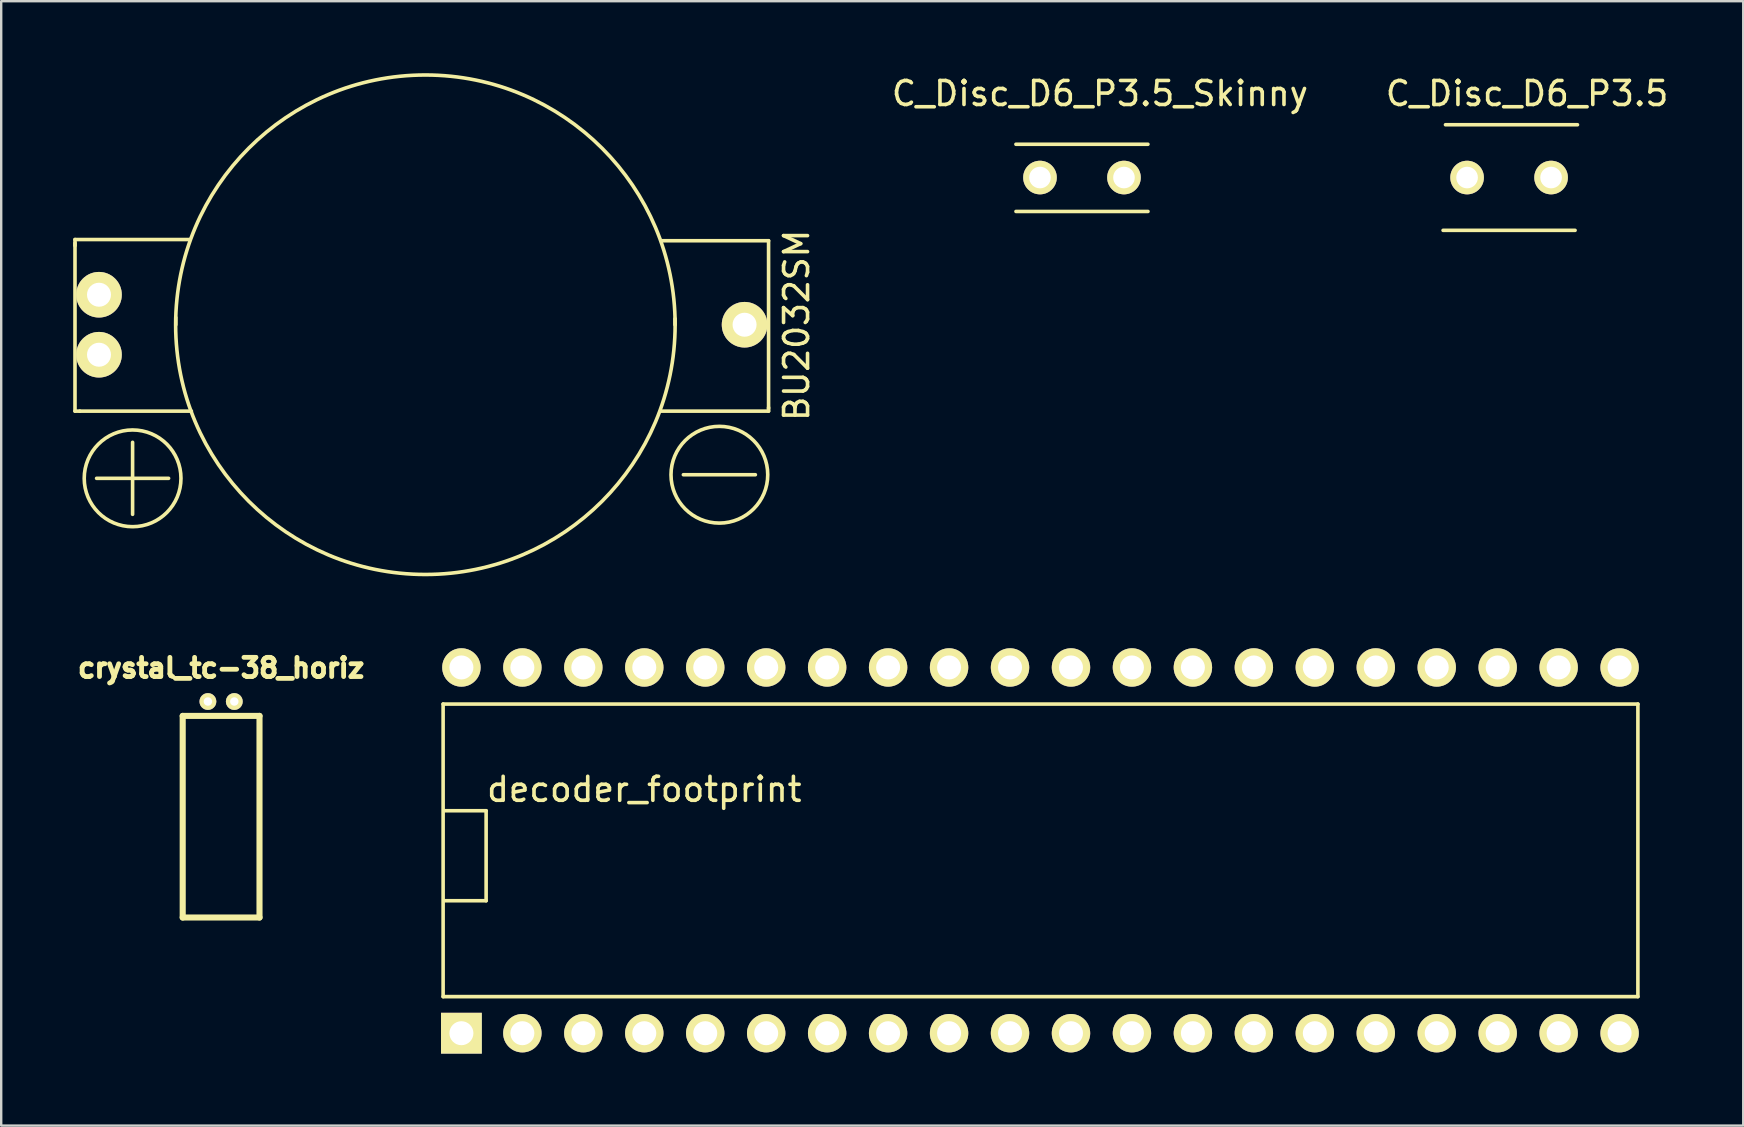
<source format=kicad_pcb>
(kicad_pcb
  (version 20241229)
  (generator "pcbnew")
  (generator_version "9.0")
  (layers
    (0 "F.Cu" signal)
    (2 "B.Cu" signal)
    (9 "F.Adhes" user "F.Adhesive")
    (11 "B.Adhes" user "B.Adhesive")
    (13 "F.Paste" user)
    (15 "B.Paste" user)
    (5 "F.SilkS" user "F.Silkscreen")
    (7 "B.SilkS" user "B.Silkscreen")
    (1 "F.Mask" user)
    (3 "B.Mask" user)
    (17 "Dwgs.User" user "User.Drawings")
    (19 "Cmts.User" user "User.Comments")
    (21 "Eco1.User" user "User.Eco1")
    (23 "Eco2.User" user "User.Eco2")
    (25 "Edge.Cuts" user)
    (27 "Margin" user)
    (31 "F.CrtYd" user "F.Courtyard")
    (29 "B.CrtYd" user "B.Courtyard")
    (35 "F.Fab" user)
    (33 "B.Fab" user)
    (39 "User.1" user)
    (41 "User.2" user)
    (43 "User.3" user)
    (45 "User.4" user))
  (footprint "crystal_tc-38_horiz"
    (layer "F.Cu")
    (at 6.163 30.581)
    (property "Reference" "crystal_tc-38_horiz" (at 0 -5.8 0) (layer "F.SilkS") (effects (font (size 0.8 0.8) (thickness 0.2))))
    (attr through_hole)
    (fp_line (start -1.6 -3.8) (end -1.6 4.6) (stroke (width 0.254) (type solid)) (layer "F.SilkS"))
    (fp_line (start -1.6 -3.8) (end 1.6 -3.8) (stroke (width 0.254) (type solid)) (layer "F.SilkS"))
    (fp_line (start -1.6 4.6) (end 1.6 4.6) (stroke (width 0.254) (type solid)) (layer "F.SilkS"))
    (fp_line (start 1.6 -3.8) (end 1.6 4.6) (stroke (width 0.254) (type solid)) (layer "F.SilkS"))
    (pad "1" thru_hole circle (at -0.55 -4.4) (size 0.7 0.7) (drill 0.35) (layers "*.Cu" "*.Mask" "F.SilkS"))
    (pad "2" thru_hole circle (at 0.55 -4.4) (size 0.7 0.7) (drill 0.35) (layers "*.Cu" "*.Mask" "F.SilkS")))
  (footprint "C_Disc_D6_P3.5_Skinny"
    (layer "F.Cu")
    (at 40.284 4.348)
    (property "Reference" "C_Disc_D6_P3.5_Skinny" (at 2.5 -3.5 0) (layer "F.SilkS") (effects (font (size 1 1) (thickness 0.15))))
    (attr through_hole)
    (fp_line (start -1.002 -1.387) (end 4.498 -1.387) (stroke (width 0.15) (type solid)) (layer "F.SilkS"))
    (fp_line (start -1 1.413) (end 4.5 1.413) (stroke (width 0.15) (type solid)) (layer "F.SilkS"))
    (pad "1" thru_hole oval (at 0 0) (size 1.4 1.4) (drill 0.9) (layers "*.Cu" "*.Mask" "F.SilkS"))
    (pad "2" thru_hole circle (at 3.5 0) (size 1.4 1.4) (drill 0.9) (layers "*.Cu" "*.Mask" "F.SilkS")))
  (footprint "decoder_footprint"
    (layer "F.Cu")
    (at 16.206 39.982)
    (property "Reference" "decoder_footprint" (at 7.59 -10.14 0) (layer "F.SilkS") (effects (font (size 1 1) (thickness 0.15))))
    (attr through_hole)
    (fp_line (start -0.792 -13.696) (end 48.992 -13.696) (stroke (width 0.15) (type solid)) (layer "F.SilkS"))
    (fp_line (start -0.792 -1.504) (end -0.792 -13.696) (stroke (width 0.15) (type solid)) (layer "F.SilkS"))
    (fp_line (start -0.75 -9.25) (end 1 -9.25) (stroke (width 0.15) (type solid)) (layer "F.SilkS"))
    (fp_line (start 1 -9.25) (end 1 -5.5) (stroke (width 0.15) (type solid)) (layer "F.SilkS"))
    (fp_line (start 1 -5.5) (end -0.75 -5.5) (stroke (width 0.15) (type solid)) (layer "F.SilkS"))
    (fp_line (start 48.992 -13.696) (end 48.992 -1.504) (stroke (width 0.15) (type solid)) (layer "F.SilkS"))
    (fp_line (start 48.992 -1.504) (end -0.792 -1.504) (stroke (width 0.15) (type solid)) (layer "F.SilkS"))
    (pad "1" thru_hole rect (at -0.03 0.02) (size 1.7 1.7) (drill 1) (layers "*.Cu" "*.Mask" "F.SilkS"))
    (pad "2" thru_hole circle (at 2.51 0.02) (size 1.6 1.6) (drill 1) (layers "*.Cu" "*.Mask" "F.SilkS"))
    (pad "3" thru_hole circle (at 5.05 0.02) (size 1.6 1.6) (drill 1) (layers "*.Cu" "*.Mask" "F.SilkS"))
    (pad "4" thru_hole circle (at 7.59 0.02) (size 1.6 1.6) (drill 1) (layers "*.Cu" "*.Mask" "F.SilkS"))
    (pad "5" thru_hole circle (at 10.13 0.02) (size 1.6 1.6) (drill 1) (layers "*.Cu" "*.Mask" "F.SilkS"))
    (pad "6" thru_hole circle (at 12.67 0.02) (size 1.6 1.6) (drill 1) (layers "*.Cu" "*.Mask" "F.SilkS"))
    (pad "7" thru_hole circle (at 15.21 0.02) (size 1.6 1.6) (drill 1) (layers "*.Cu" "*.Mask" "F.SilkS"))
    (pad "8" thru_hole circle (at 17.75 0.02) (size 1.6 1.6) (drill 1) (layers "*.Cu" "*.Mask" "F.SilkS"))
    (pad "9" thru_hole circle (at 20.29 0.02) (size 1.6 1.6) (drill 1) (layers "*.Cu" "*.Mask" "F.SilkS"))
    (pad "10" thru_hole circle (at 22.83 0.02) (size 1.6 1.6) (drill 1) (layers "*.Cu" "*.Mask" "F.SilkS"))
    (pad "11" thru_hole circle (at 25.37 0.02) (size 1.6 1.6) (drill 1) (layers "*.Cu" "*.Mask" "F.SilkS"))
    (pad "12" thru_hole circle (at 27.91 0.02) (size 1.6 1.6) (drill 1) (layers "*.Cu" "*.Mask" "F.SilkS"))
    (pad "13" thru_hole circle (at 30.45 0.02) (size 1.6 1.6) (drill 1) (layers "*.Cu" "*.Mask" "F.SilkS"))
    (pad "14" thru_hole circle (at 32.99 0.02) (size 1.6 1.6) (drill 1) (layers "*.Cu" "*.Mask" "F.SilkS"))
    (pad "15" thru_hole circle (at 35.53 0.02) (size 1.6 1.6) (drill 1) (layers "*.Cu" "*.Mask" "F.SilkS"))
    (pad "16" thru_hole circle (at 38.07 0.02) (size 1.6 1.6) (drill 1) (layers "*.Cu" "*.Mask" "F.SilkS"))
    (pad "17" thru_hole circle (at 40.61 0.02) (size 1.6 1.6) (drill 1) (layers "*.Cu" "*.Mask" "F.SilkS"))
    (pad "18" thru_hole circle (at 43.15 0.02) (size 1.6 1.6) (drill 1) (layers "*.Cu" "*.Mask" "F.SilkS"))
    (pad "19" thru_hole circle (at 45.69 0.02) (size 1.6 1.6) (drill 1) (layers "*.Cu" "*.Mask" "F.SilkS"))
    (pad "20" thru_hole circle (at 48.23 0.02) (size 1.6 1.6) (drill 1) (layers "*.Cu" "*.Mask" "F.SilkS"))
    (pad "21" thru_hole circle (at 48.23 -15.22) (size 1.6 1.6) (drill 1) (layers "*.Cu" "*.Mask" "F.SilkS"))
    (pad "22" thru_hole circle (at 45.69 -15.22) (size 1.6 1.6) (drill 1) (layers "*.Cu" "*.Mask" "F.SilkS"))
    (pad "23" thru_hole circle (at 43.15 -15.22) (size 1.6 1.6) (drill 1) (layers "*.Cu" "*.Mask" "F.SilkS"))
    (pad "24" thru_hole circle (at 40.61 -15.22) (size 1.6 1.6) (drill 1) (layers "*.Cu" "*.Mask" "F.SilkS"))
    (pad "25" thru_hole circle (at 38.07 -15.22) (size 1.6 1.6) (drill 1) (layers "*.Cu" "*.Mask" "F.SilkS"))
    (pad "26" thru_hole circle (at 35.53 -15.22) (size 1.6 1.6) (drill 1) (layers "*.Cu" "*.Mask" "F.SilkS"))
    (pad "27" thru_hole circle (at 32.99 -15.22) (size 1.6 1.6) (drill 1) (layers "*.Cu" "*.Mask" "F.SilkS"))
    (pad "28" thru_hole circle (at 30.45 -15.22) (size 1.6 1.6) (drill 1) (layers "*.Cu" "*.Mask" "F.SilkS"))
    (pad "29" thru_hole circle (at 27.91 -15.22) (size 1.6 1.6) (drill 1) (layers "*.Cu" "*.Mask" "F.SilkS"))
    (pad "30" thru_hole circle (at 25.37 -15.22) (size 1.6 1.6) (drill 1) (layers "*.Cu" "*.Mask" "F.SilkS"))
    (pad "31" thru_hole circle (at 22.83 -15.22) (size 1.6 1.6) (drill 1) (layers "*.Cu" "*.Mask" "F.SilkS"))
    (pad "32" thru_hole circle (at 20.29 -15.22) (size 1.6 1.6) (drill 1) (layers "*.Cu" "*.Mask" "F.SilkS"))
    (pad "33" thru_hole circle (at 17.75 -15.22) (size 1.6 1.6) (drill 1) (layers "*.Cu" "*.Mask" "F.SilkS"))
    (pad "34" thru_hole circle (at 15.21 -15.22) (size 1.6 1.6) (drill 1) (layers "*.Cu" "*.Mask" "F.SilkS"))
    (pad "35" thru_hole circle (at 12.67 -15.22) (size 1.6 1.6) (drill 1) (layers "*.Cu" "*.Mask" "F.SilkS"))
    (pad "36" thru_hole circle (at 10.13 -15.22) (size 1.6 1.6) (drill 1) (layers "*.Cu" "*.Mask" "F.SilkS"))
    (pad "37" thru_hole circle (at 7.59 -15.22) (size 1.6 1.6) (drill 1) (layers "*.Cu" "*.Mask" "F.SilkS"))
    (pad "38" thru_hole circle (at 5.05 -15.22) (size 1.6 1.6) (drill 1) (layers "*.Cu" "*.Mask" "F.SilkS"))
    (pad "39" thru_hole circle (at 2.51 -15.22) (size 1.6 1.6) (drill 1) (layers "*.Cu" "*.Mask" "F.SilkS"))
    (pad "40" thru_hole circle (at -0.03 -15.22) (size 1.6 1.6) (drill 1) (layers "*.Cu" "*.Mask" "F.SilkS")))
  (footprint "BU2032SM"
    (layer "F.Cu")
    (at 14.675 10.481)
    (property "Reference" "BU2032SM" (at 15.469 0.025 90) (layer "F.SilkS") (effects (font (size 1 1) (thickness 0.15))))
    (attr through_hole)
    (fp_line (start -14.6 -3.55) (end -14.6 -3.3) (stroke (width 0.15) (type solid)) (layer "F.SilkS"))
    (fp_line (start -14.6 -3.55) (end -9.8 -3.55) (stroke (width 0.15) (type solid)) (layer "F.SilkS"))
    (fp_line (start -14.6 -3.4) (end -14.6 3.6) (stroke (width 0.15) (type solid)) (layer "F.SilkS"))
    (fp_line (start -14.6 3.6) (end -14.4 3.6) (stroke (width 0.15) (type solid)) (layer "F.SilkS"))
    (fp_line (start -14.4 3.6) (end -9.75 3.6) (stroke (width 0.15) (type solid)) (layer "F.SilkS"))
    (fp_line (start -13.7 6.4) (end -10.7 6.4) (stroke (width 0.15) (type solid)) (layer "F.SilkS"))
    (fp_line (start -12.2 4.9) (end -12.2 7.9) (stroke (width 0.15) (type solid)) (layer "F.SilkS"))
    (fp_line (start -10.4 0) (end -10.4 -0.3) (stroke (width 0.15) (type solid)) (layer "F.SilkS"))
    (fp_line (start 10.4 0) (end 10.4 -0.25) (stroke (width 0.15) (type solid)) (layer "F.SilkS"))
    (fp_line (start 10.75 6.25) (end 13.75 6.25) (stroke (width 0.15) (type solid)) (layer "F.SilkS"))
    (fp_line (start 14.3 -3.5) (end 9.85 -3.5) (stroke (width 0.15) (type solid)) (layer "F.SilkS"))
    (fp_line (start 14.3 -3.5) (end 14.3 3.5) (stroke (width 0.15) (type solid)) (layer "F.SilkS"))
    (fp_line (start 14.3 3.6) (end 9.8 3.6) (stroke (width 0.15) (type solid)) (layer "F.SilkS"))
    (fp_line (start 14.3 3.6) (end 14.3 3.45) (stroke (width 0.15) (type solid)) (layer "F.SilkS"))
    (fp_circle (center -12.2 6.4) (end -10.45 7.4) (stroke (width 0.15) (type solid)) (fill no) (layer "F.SilkS"))
    (fp_circle (center 0 0) (end 7.7 7) (stroke (width 0.15) (type solid)) (fill no) (layer "F.SilkS"))
    (fp_circle (center 12.25 6.25) (end 14 7.25) (stroke (width 0.15) (type solid)) (fill no) (layer "F.SilkS"))
    (pad "1" thru_hole circle (at -13.6 -1.25) (size 1.9 1.9) (drill 1) (layers "*.Cu" "*.Mask" "F.SilkS"))
    (pad "1" thru_hole circle (at -13.6 1.25) (size 1.9 1.9) (drill 1) (layers "*.Cu" "*.Mask" "F.SilkS"))
    (pad "2" thru_hole circle (at 13.3 0) (size 1.9 1.9) (drill 1) (layers "*.Cu" "*.Mask" "F.SilkS")))
  (footprint "C_Disc_D6_P3.5"
    (layer "F.Cu")
    (at 58.081 4.348)
    (property "Reference" "C_Disc_D6_P3.5" (at 2.5 -3.5 0) (layer "F.SilkS") (effects (font (size 1 1) (thickness 0.15))))
    (attr through_hole)
    (fp_line (start -1 2.2) (end 4.5 2.2) (stroke (width 0.15) (type solid)) (layer "F.SilkS"))
    (fp_line (start -0.9 -2.2) (end 4.6 -2.2) (stroke (width 0.15) (type solid)) (layer "F.SilkS"))
    (pad "1" thru_hole oval (at 0 0) (size 1.4 1.4) (drill 0.9) (layers "*.Cu" "*.Mask" "F.SilkS"))
    (pad "2" thru_hole circle (at 3.5 0) (size 1.4 1.4) (drill 0.9) (layers "*.Cu" "*.Mask" "F.SilkS")))
  (gr_rect
    (start -3 -3)
    (end 69.587 43.852)
    (stroke (width 0.1) (type default))
    (fill no)
    (layer "Edge.Cuts")))
</source>
